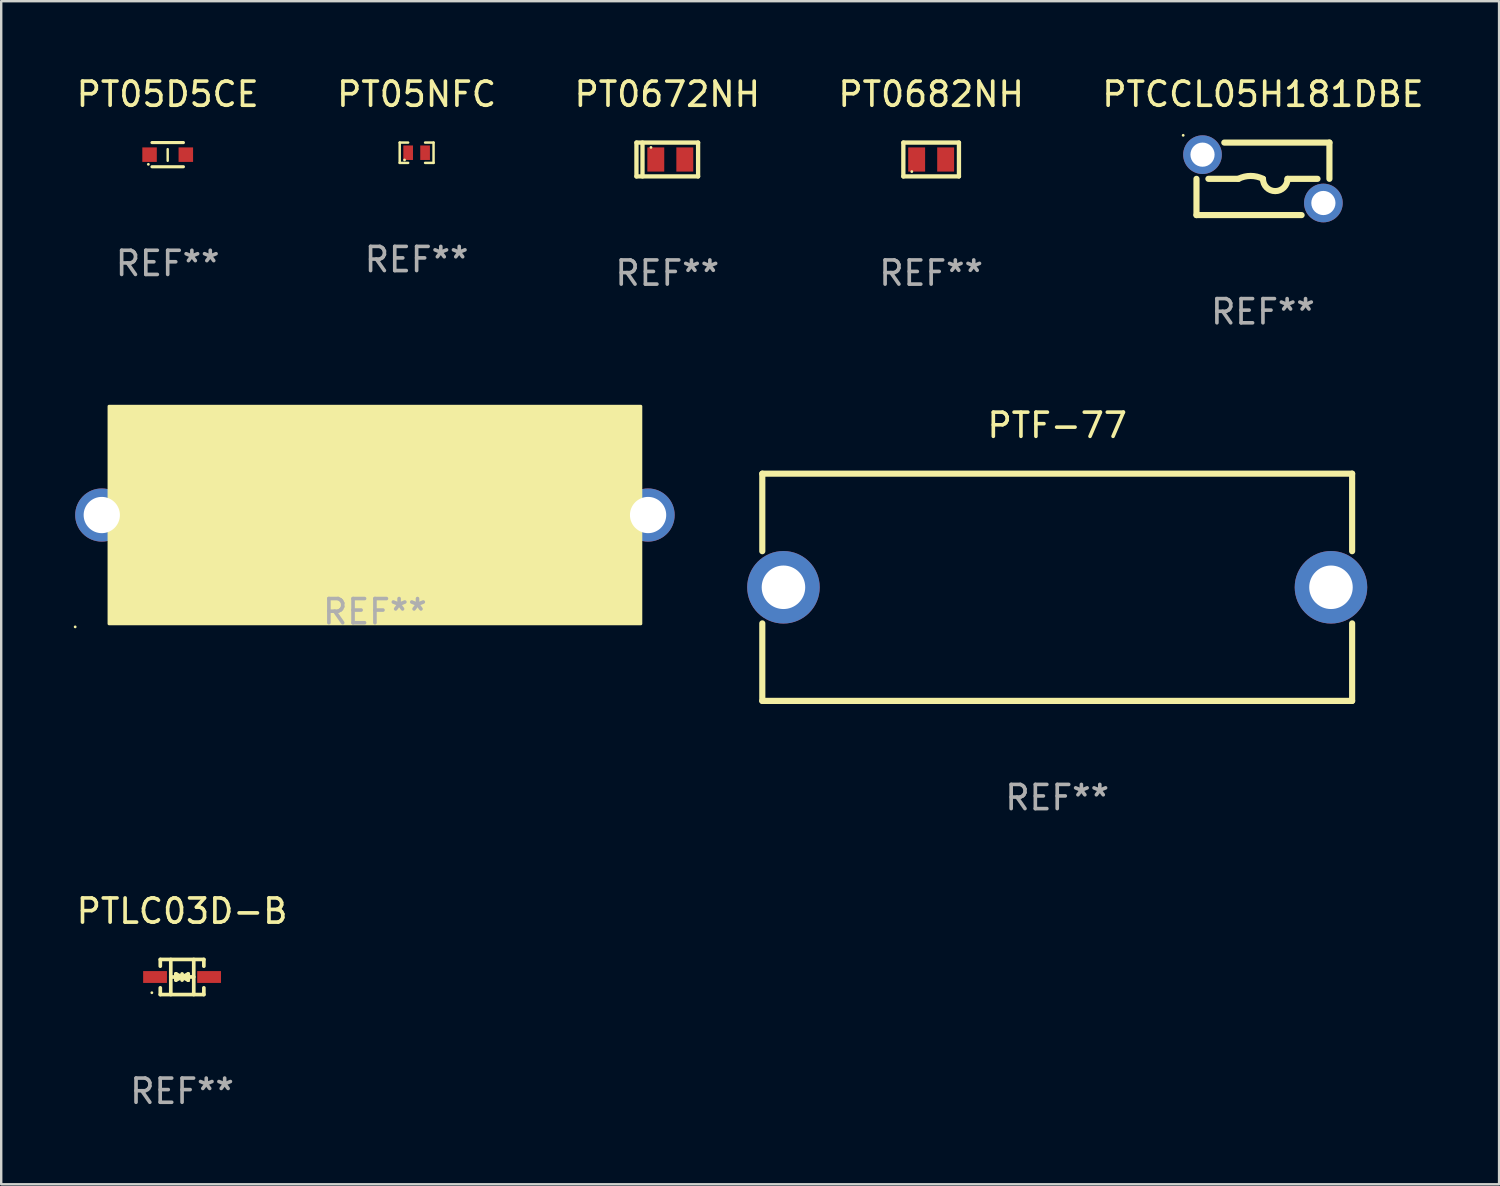
<source format=kicad_pcb>
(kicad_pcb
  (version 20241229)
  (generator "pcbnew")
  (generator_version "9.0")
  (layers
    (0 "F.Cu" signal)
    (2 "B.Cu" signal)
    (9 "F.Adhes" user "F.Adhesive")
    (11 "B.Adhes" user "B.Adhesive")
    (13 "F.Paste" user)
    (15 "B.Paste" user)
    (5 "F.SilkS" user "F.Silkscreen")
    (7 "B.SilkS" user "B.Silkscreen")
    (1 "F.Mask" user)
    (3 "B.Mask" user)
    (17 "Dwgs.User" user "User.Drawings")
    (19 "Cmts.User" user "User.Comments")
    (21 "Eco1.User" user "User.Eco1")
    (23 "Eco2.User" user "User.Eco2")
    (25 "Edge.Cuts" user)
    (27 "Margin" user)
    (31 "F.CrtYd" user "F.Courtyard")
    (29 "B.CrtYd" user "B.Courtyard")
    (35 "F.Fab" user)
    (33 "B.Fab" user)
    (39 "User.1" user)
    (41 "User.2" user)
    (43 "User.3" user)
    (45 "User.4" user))
  (footprint "PT05D5CE"
    (layer "F.Cu")
    (at 3.887 3.348)
    (property "Reference" "PT05D5CE" (at 0 -2.5 0) (layer "F.SilkS") (effects (font (size 1 1) (thickness 0.15))))
    (attr through_hole)
    (fp_line (start -0.65 -0.5) (end 0.65 -0.5) (stroke (width 0.13) (type solid)) (layer "F.SilkS"))
    (fp_line (start -0.65 0.5) (end 0.65 0.5) (stroke (width 0.13) (type solid)) (layer "F.SilkS"))
    (fp_line (start 0 -0.229) (end 0 0.254) (stroke (width 0.1) (type solid)) (layer "F.SilkS"))
    (fp_circle (center -0.8 0.4) (end -0.77 0.4) (stroke (width 0.06) (type solid)) (fill no) (layer "F.SilkS"))
    (fp_text user "REF**" (at 0 4.5 0) (layer "F.Fab") (effects (font (size 1 1) (thickness 0.15))))
    (pad "1" smd rect (at -0.75 0) (size 0.6 0.6) (layers "F.Cu" "F.Mask" "F.Paste"))
    (pad "2" smd rect (at 0.75 0 180) (size 0.6 0.6) (layers "F.Cu" "F.Mask" "F.Paste")))
  (footprint "PT0672NH"
    (layer "F.Cu")
    (at 24.554 3.548)
    (property "Reference" "PT0672NH" (at 0 -2.7 0) (layer "F.SilkS") (effects (font (size 1 1) (thickness 0.15))))
    (attr through_hole)
    (fp_line (start -1.275 -0.7) (end -1.275 0.7) (stroke (width 0.178) (type solid)) (layer "F.SilkS"))
    (fp_line (start -1.275 -0.7) (end 1.275 -0.7) (stroke (width 0.178) (type solid)) (layer "F.SilkS"))
    (fp_line (start -1.275 0.7) (end 1.275 0.7) (stroke (width 0.178) (type solid)) (layer "F.SilkS"))
    (fp_line (start -1.025 -0.7) (end -1.025 0.7) (stroke (width 0.178) (type solid)) (layer "F.SilkS"))
    (fp_line (start 1.275 -0.7) (end 1.275 0.7) (stroke (width 0.178) (type solid)) (layer "F.SilkS"))
    (fp_circle (center -0.675 -0.5) (end -0.645 -0.5) (stroke (width 0.06) (type solid)) (fill no) (layer "F.SilkS"))
    (fp_text user "REF**" (at 0 4.7 0) (layer "F.Fab") (effects (font (size 1 1) (thickness 0.15))))
    (pad "1" smd rect (at -0.475 0 90) (size 1 0.7) (layers "F.Cu" "F.Mask" "F.Paste"))
    (pad "2" smd rect (at 0.725 0 90) (size 1 0.7) (layers "F.Cu" "F.Mask" "F.Paste")))
  (footprint "PT0682NH"
    (layer "F.Cu")
    (at 35.47 3.548)
    (property "Reference" "PT0682NH" (at 0 -2.7 0) (layer "F.SilkS") (effects (font (size 1 1) (thickness 0.15))))
    (attr through_hole)
    (fp_line (start -1.15 -0.7) (end -1.15 0.7) (stroke (width 0.178) (type solid)) (layer "F.SilkS"))
    (fp_line (start -1.15 -0.7) (end 1.15 -0.7) (stroke (width 0.178) (type solid)) (layer "F.SilkS"))
    (fp_line (start -1.15 0.7) (end 1.15 0.7) (stroke (width 0.178) (type solid)) (layer "F.SilkS"))
    (fp_line (start 1.15 -0.7) (end 1.15 0.7) (stroke (width 0.178) (type solid)) (layer "F.SilkS"))
    (fp_circle (center -0.8 0.5) (end -0.77 0.5) (stroke (width 0.06) (type solid)) (fill no) (layer "F.SilkS"))
    (fp_text user "REF**" (at 0 4.7 0) (layer "F.Fab") (effects (font (size 1 1) (thickness 0.15))))
    (pad "1" smd rect (at -0.6 0 90) (size 1 0.7) (layers "F.Cu" "F.Mask" "F.Paste"))
    (pad "2" smd rect (at 0.6 0 90) (size 1 0.7) (layers "F.Cu" "F.Mask" "F.Paste")))
  (footprint "PTLC03D-B"
    (layer "F.Cu")
    (at 4.482 37.367)
    (property "Reference" "PTLC03D-B" (at 0 -2.726 0) (layer "F.SilkS") (effects (font (size 1 1) (thickness 0.15))))
    (attr through_hole)
    (fp_line (start -0.901 -0.726) (end -0.901 -0.448) (stroke (width 0.152) (type solid)) (layer "F.SilkS"))
    (fp_line (start -0.901 0.726) (end -0.901 0.448) (stroke (width 0.152) (type solid)) (layer "F.SilkS"))
    (fp_line (start -0.467 0) (end 0.483 -0.003) (stroke (width 0.154) (type solid)) (layer "F.SilkS"))
    (fp_line (start -0.467 0.726) (end -0.467 -0.726) (stroke (width 0.152) (type solid)) (layer "F.SilkS"))
    (fp_line (start -0.254 -0.127) (end -0.254 -0.127) (stroke (width 0.154) (type solid)) (layer "F.SilkS"))
    (fp_line (start -0.254 -0.127) (end -0.002 -0.003) (stroke (width 0.154) (type solid)) (layer "F.SilkS"))
    (fp_line (start -0.254 0.127) (end -0.254 -0.127) (stroke (width 0.154) (type solid)) (layer "F.SilkS"))
    (fp_line (start -0.127 0) (end 0.003 0) (stroke (width 0.154) (type solid)) (layer "F.SilkS"))
    (fp_line (start -0.003 0) (end -0.254 0.127) (stroke (width 0.154) (type solid)) (layer "F.SilkS"))
    (fp_line (start 0 -0.127) (end 0 0.127) (stroke (width 0.154) (type solid)) (layer "F.SilkS"))
    (fp_line (start 0.003 0) (end 0.254 -0.127) (stroke (width 0.154) (type solid)) (layer "F.SilkS"))
    (fp_line (start 0.127 0) (end -0.003 0) (stroke (width 0.154) (type solid)) (layer "F.SilkS"))
    (fp_line (start 0.254 -0.127) (end 0.254 0.127) (stroke (width 0.154) (type solid)) (layer "F.SilkS"))
    (fp_line (start 0.254 0.127) (end 0.002 0.003) (stroke (width 0.154) (type solid)) (layer "F.SilkS"))
    (fp_line (start 0.254 0.127) (end 0.254 0.127) (stroke (width 0.154) (type solid)) (layer "F.SilkS"))
    (fp_line (start 0.483 0.726) (end 0.483 -0.726) (stroke (width 0.152) (type solid)) (layer "F.SilkS"))
    (fp_line (start 0.901 -0.726) (end -0.901 -0.726) (stroke (width 0.152) (type solid)) (layer "F.SilkS"))
    (fp_line (start 0.901 -0.726) (end 0.901 -0.448) (stroke (width 0.152) (type solid)) (layer "F.SilkS"))
    (fp_line (start 0.901 0.726) (end -0.901 0.726) (stroke (width 0.152) (type solid)) (layer "F.SilkS"))
    (fp_line (start 0.901 0.726) (end 0.901 0.448) (stroke (width 0.152) (type solid)) (layer "F.SilkS"))
    (fp_circle (center -1.25 0.65) (end -1.22 0.65) (stroke (width 0.06) (type solid)) (fill no) (layer "F.SilkS"))
    (fp_text user "REF**" (at 0 4.726 0) (layer "F.Fab") (effects (font (size 1 1) (thickness 0.15))))
    (pad "1" smd rect (at -1.118 0) (size 0.985 0.49) (layers "F.Cu" "F.Mask" "F.Paste"))
    (pad "2" smd rect (at 1.118 0) (size 0.985 0.49) (layers "F.Cu" "F.Mask" "F.Paste")))
  (footprint "PT05NFC"
    (layer "F.Cu")
    (at 14.185 3.268)
    (property "Reference" "PT05NFC" (at 0 -2.42 0) (layer "F.SilkS") (effects (font (size 1 1) (thickness 0.15))))
    (attr through_hole)
    (fp_line (start -0.7 -0.42) (end -0.7 0.42) (stroke (width 0.102) (type solid)) (layer "F.SilkS"))
    (fp_line (start -0.7 0.42) (end -0.35 0.42) (stroke (width 0.102) (type solid)) (layer "F.SilkS"))
    (fp_line (start -0.35 -0.42) (end -0.7 -0.42) (stroke (width 0.102) (type solid)) (layer "F.SilkS"))
    (fp_line (start 0.35 0.42) (end 0.7 0.42) (stroke (width 0.102) (type solid)) (layer "F.SilkS"))
    (fp_line (start 0.7 -0.42) (end 0.35 -0.42) (stroke (width 0.102) (type solid)) (layer "F.SilkS"))
    (fp_line (start 0.7 0.42) (end 0.7 -0.42) (stroke (width 0.102) (type solid)) (layer "F.SilkS"))
    (fp_circle (center -0.5 0.3) (end -0.47 0.3) (stroke (width 0.06) (type solid)) (fill no) (layer "F.SilkS"))
    (fp_text user "REF**" (at 0 4.42 0) (layer "F.Fab") (effects (font (size 1 1) (thickness 0.15))))
    (pad "1" smd rect (at -0.35 0) (size 0.4 0.6) (layers "F.Cu" "F.Mask" "F.Paste"))
    (pad "2" smd rect (at 0.35 0) (size 0.4 0.6) (layers "F.Cu" "F.Mask" "F.Paste")))
  (footprint "PTF-77"
    (layer "F.Cu")
    (at 40.685 21.245)
    (property "Reference" "PTF-77" (at 0 -6.7 0) (layer "F.SilkS") (effects (font (size 1 1) (thickness 0.15))))
    (attr through_hole)
    (fp_line (start -12.2 -1.493) (end -12.2 -4.7) (stroke (width 0.254) (type solid)) (layer "F.SilkS"))
    (fp_line (start -12.2 4.7) (end -12.2 1.493) (stroke (width 0.254) (type solid)) (layer "F.SilkS"))
    (fp_line (start 12.2 -4.7) (end -12.2 -4.7) (stroke (width 0.254) (type solid)) (layer "F.SilkS"))
    (fp_line (start 12.2 -1.493) (end 12.2 -4.7) (stroke (width 0.254) (type solid)) (layer "F.SilkS"))
    (fp_line (start 12.2 4.7) (end -12.2 4.7) (stroke (width 0.254) (type solid)) (layer "F.SilkS"))
    (fp_line (start 12.2 4.7) (end 12.2 1.493) (stroke (width 0.254) (type solid)) (layer "F.SilkS"))
    (fp_circle (center -12.2 4.7) (end -12.17 4.7) (stroke (width 0.06) (type solid)) (fill no) (layer "F.SilkS"))
    (fp_text user "REF**" (at 0 8.7 0) (layer "F.Fab") (effects (font (size 1 1) (thickness 0.15))))
    (pad "1" thru_hole circle (at -11.325 0) (size 3 3) (drill 1.8) (layers "*.Cu" "*.Mask"))
    (pad "2" thru_hole circle (at 11.325 0) (size 3 3) (drill 1.8) (layers "*.Cu" "*.Mask")))
  (footprint "PTF-15"
    (layer "F.Cu")
    (at 12.46 18.256)
    (property "Reference" "PTF-15" (at 0 -2 0) (layer "F.SilkS") (effects (font (size 1 1) (thickness 0.15))))
    (attr through_hole)
    (fp_circle (center -12.4 4.627) (end -12.37 4.627) (stroke (width 0.06) (type solid)) (fill no) (layer "F.SilkS"))
    (fp_poly (pts (xy -11 -4.5) (xy 11 -4.5) (xy 11 4.5) (xy -11 4.5)) (stroke (width 0.12) (type solid)) (fill yes) (layer "F.SilkS"))
    (fp_text user "REF**" (at 0 4 0) (layer "F.Fab") (effects (font (size 1 1) (thickness 0.15))))
    (pad "1" thru_hole circle (at -11.3 0) (size 2.2 2.2) (drill 1.5) (layers "*.Cu" "*.Mask"))
    (pad "2" thru_hole circle (at 11.3 0) (size 2.2 2.2) (drill 1.5) (layers "*.Cu" "*.Mask")))
  (footprint "PTCCL05H181DBE"
    (layer "F.Cu")
    (at 49.196 4.348)
    (property "Reference" "PTCCL05H181DBE" (at 0 -3.5 0) (layer "F.SilkS") (effects (font (size 1 1) (thickness 0.15))))
    (attr through_hole)
    (fp_line (start -2.75 1.5) (end -2.75 0.000305) (stroke (width 0.254) (type solid)) (layer "F.SilkS"))
    (fp_line (start -2.75 1.5) (end 1.599 1.5) (stroke (width 0.254) (type solid)) (layer "F.SilkS"))
    (fp_line (start -2.257 0) (end -1.016 0) (stroke (width 0.254) (type solid)) (layer "F.SilkS"))
    (fp_line (start 2.257 0) (end 1.016 0) (stroke (width 0.254) (type solid)) (layer "F.SilkS"))
    (fp_line (start 2.75 -1.5) (end -1.599 -1.5) (stroke (width 0.254) (type solid)) (layer "F.SilkS"))
    (fp_line (start 2.75 -1.5) (end 2.75 -0.000279) (stroke (width 0.254) (type solid)) (layer "F.SilkS"))
    (fp_arc (start -1.016027 0) (mid -0.508026 -0.119923) (end -0.000025 0) (stroke (width 0.254001) (type solid)) (layer "F.SilkS"))
    (fp_arc (start 1.015977 0) (mid 0.508293 0.507671) (end 0.000609 -0.000001) (stroke (width 0.254001) (type solid)) (layer "F.SilkS"))
    (fp_circle (center -3.3 -1.8) (end -3.27 -1.8) (stroke (width 0.06) (type solid)) (fill no) (layer "F.SilkS"))
    (fp_text user "REF**" (at 0 5.5 0) (layer "F.Fab") (effects (font (size 1 1) (thickness 0.15))))
    (pad "1" thru_hole circle (at -2.5 -1) (size 1.6 1.6) (drill 1) (layers "*.Cu" "*.Mask"))
    (pad "2" thru_hole circle (at 2.5 1) (size 1.6 1.6) (drill 1) (layers "*.Cu" "*.Mask")))
  (gr_rect
    (start -3 -3)
    (end 58.964 45.942)
    (stroke (width 0.1) (type default))
    (fill no)
    (layer "Edge.Cuts")))
</source>
